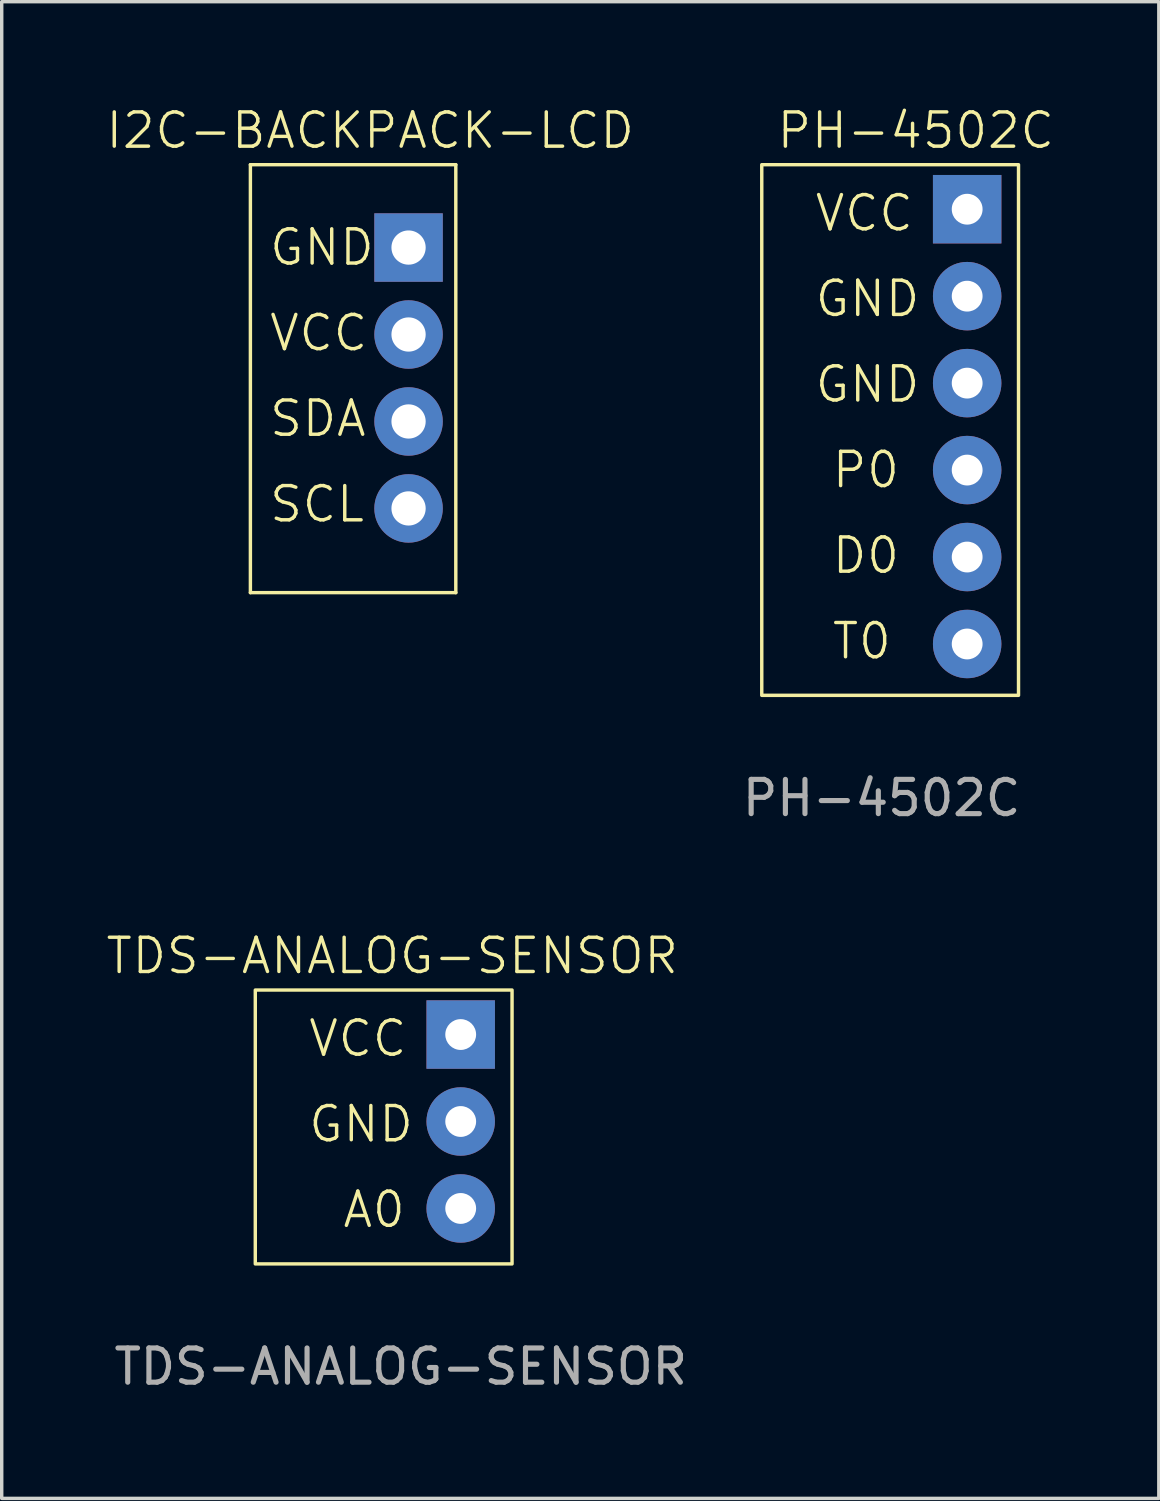
<source format=kicad_pcb>
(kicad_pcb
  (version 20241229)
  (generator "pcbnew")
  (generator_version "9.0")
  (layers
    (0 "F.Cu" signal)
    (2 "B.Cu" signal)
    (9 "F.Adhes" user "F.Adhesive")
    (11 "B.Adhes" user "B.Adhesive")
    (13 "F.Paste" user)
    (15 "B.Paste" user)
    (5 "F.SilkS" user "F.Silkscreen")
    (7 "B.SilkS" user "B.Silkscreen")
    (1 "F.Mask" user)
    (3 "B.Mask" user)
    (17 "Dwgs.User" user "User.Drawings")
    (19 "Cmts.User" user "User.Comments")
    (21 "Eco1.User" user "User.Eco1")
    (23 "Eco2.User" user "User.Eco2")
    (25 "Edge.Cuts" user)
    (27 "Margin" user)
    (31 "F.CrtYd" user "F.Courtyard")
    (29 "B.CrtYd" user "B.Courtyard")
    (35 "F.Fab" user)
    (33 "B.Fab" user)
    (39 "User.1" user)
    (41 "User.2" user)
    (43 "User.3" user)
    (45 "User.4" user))
  (footprint "PH-4502C"
    (layer "F.Cu")
    (at 23.201 9.261)
    (property "Reference" "PH-4502C" (at 0.5 -8.5 0) (unlocked yes) (layer "F.SilkS") (effects (font (size 1 1) (thickness 0.1))))
    (attr smd)
    (fp_rect (start -4 -7.5) (end 3.5 8) (stroke (width 0.1) (type default)) (fill no) (layer "F.SilkS"))
    (fp_text user "T0" (at -2 7 0) (unlocked yes) (layer "F.SilkS") (effects (font (size 1 1) (thickness 0.1)) (justify left bottom)))
    (fp_text user "P0" (at -2 2 0) (unlocked yes) (layer "F.SilkS") (effects (font (size 1 1) (thickness 0.1)) (justify left bottom)))
    (fp_text user "GND" (at -2.5 -3 0) (unlocked yes) (layer "F.SilkS") (effects (font (size 1 1) (thickness 0.1)) (justify left bottom)))
    (fp_text user "GND" (at -2.5 -0.5 0) (unlocked yes) (layer "F.SilkS") (effects (font (size 1 1) (thickness 0.1)) (justify left bottom)))
    (fp_text user "D0" (at -2 4.5 0) (unlocked yes) (layer "F.SilkS") (effects (font (size 1 1) (thickness 0.1)) (justify left bottom)))
    (fp_text user "VCC" (at -2.5 -5.5 0) (unlocked yes) (layer "F.SilkS") (effects (font (size 1 1) (thickness 0.1)) (justify left bottom)))
    (fp_text user "${REFERENCE}" (at -0.5 11 0) (unlocked yes) (layer "F.Fab") (effects (font (size 1 1) (thickness 0.15))))
    (pad "1" thru_hole rect (at 2 -6.2) (size 2 2) (drill 0.9) (layers "*.Cu" "*.Mask"))
    (pad "2" thru_hole circle (at 2 -3.66) (size 2 2) (drill 0.9) (layers "*.Cu" "*.Mask"))
    (pad "3" thru_hole circle (at 2 -1.12) (size 2 2) (drill 0.9) (layers "*.Cu" "*.Mask"))
    (pad "4" thru_hole circle (at 2 1.42) (size 2 2) (drill 0.9) (layers "*.Cu" "*.Mask"))
    (pad "5" thru_hole circle (at 2 3.96) (size 2 2) (drill 0.9) (layers "*.Cu" "*.Mask"))
    (pad "6" thru_hole circle (at 2 6.5) (size 2 2) (drill 0.9) (layers "*.Cu" "*.Mask")))
  (footprint "TDS-ANALOG-SENSOR"
    (layer "F.Cu")
    (at 8.157 29.869)
    (property "Reference" "TDS-ANALOG-SENSOR" (at 0.25 -5 0) (unlocked yes) (layer "F.SilkS") (effects (font (size 1 1) (thickness 0.1))))
    (attr smd)
    (fp_rect (start -3.75 -4) (end 3.75 4) (stroke (width 0.1) (type default)) (fill no) (layer "F.SilkS"))
    (fp_text user "VCC" (at -2.25 -2 0) (unlocked yes) (layer "F.SilkS") (effects (font (size 1 1) (thickness 0.1)) (justify left bottom)))
    (fp_text user "A0" (at -1.25 3 0) (unlocked yes) (layer "F.SilkS") (effects (font (size 1 1) (thickness 0.1)) (justify left bottom)))
    (fp_text user "GND" (at -2.25 0.5 0) (unlocked yes) (layer "F.SilkS") (effects (font (size 1 1) (thickness 0.1)) (justify left bottom)))
    (fp_text user "${REFERENCE}" (at 0.5 7 0) (unlocked yes) (layer "F.Fab") (effects (font (size 1 1) (thickness 0.15))))
    (pad "1" thru_hole rect (at 2.25 -2.7) (size 2 2) (drill 0.9) (layers "*.Cu" "*.Mask"))
    (pad "2" thru_hole circle (at 2.25 -0.16) (size 2 2) (drill 0.9) (layers "*.Cu" "*.Mask"))
    (pad "3" thru_hole circle (at 2.25 2.38) (size 2 2) (drill 0.9) (layers "*.Cu" "*.Mask")))
  (footprint "I2C-BACKPACK-LCD"
    (layer "F.Cu")
    (at 7.384 8.011)
    (property "Reference" "I2C-BACKPACK-LCD" (at 0.38 -7.25 0) (unlocked yes) (layer "F.SilkS") (effects (font (size 1 1) (thickness 0.1))))
    (attr smd)
    (fp_line (start -3.12 -6.25) (end 2.88 -6.25) (stroke (width 0.1) (type default)) (layer "F.SilkS"))
    (fp_line (start -3.12 6.25) (end -3.12 -6.25) (stroke (width 0.1) (type default)) (layer "F.SilkS"))
    (fp_line (start 2.88 -6.25) (end 2.88 6.25) (stroke (width 0.1) (type default)) (layer "F.SilkS"))
    (fp_line (start 2.88 6.25) (end -3.12 6.25) (stroke (width 0.1) (type default)) (layer "F.SilkS"))
    (fp_text user "SDA" (at -2.62 1.75 0) (unlocked yes) (layer "F.SilkS") (effects (font (size 1 1) (thickness 0.1)) (justify left bottom)))
    (fp_text user "VCC" (at -2.62 -0.75 0) (unlocked yes) (layer "F.SilkS") (effects (font (size 1 1) (thickness 0.1)) (justify left bottom)))
    (fp_text user "SCL" (at -2.62 4.25 0) (unlocked yes) (layer "F.SilkS") (effects (font (size 1 1) (thickness 0.1)) (justify left bottom)))
    (fp_text user "GND" (at -2.62 -3.25 0) (unlocked yes) (layer "F.SilkS") (effects (font (size 1 1) (thickness 0.1)) (justify left bottom)))
    (pad "1" thru_hole rect (at 1.5 -3.83) (size 2 2) (drill 1) (layers "*.Cu" "*.Mask"))
    (pad "2" thru_hole circle (at 1.5 -1.29) (size 2 2) (drill 1) (layers "*.Cu" "*.Mask"))
    (pad "3" thru_hole circle (at 1.5 1.25) (size 2 2) (drill 1) (layers "*.Cu" "*.Mask"))
    (pad "4" thru_hole circle (at 1.5 3.79) (size 2 2) (drill 1) (layers "*.Cu" "*.Mask")))
  (gr_rect
    (start -3 -3)
    (end 30.799 40.718)
    (stroke (width 0.1) (type default))
    (fill no)
    (layer "Edge.Cuts")))
</source>
